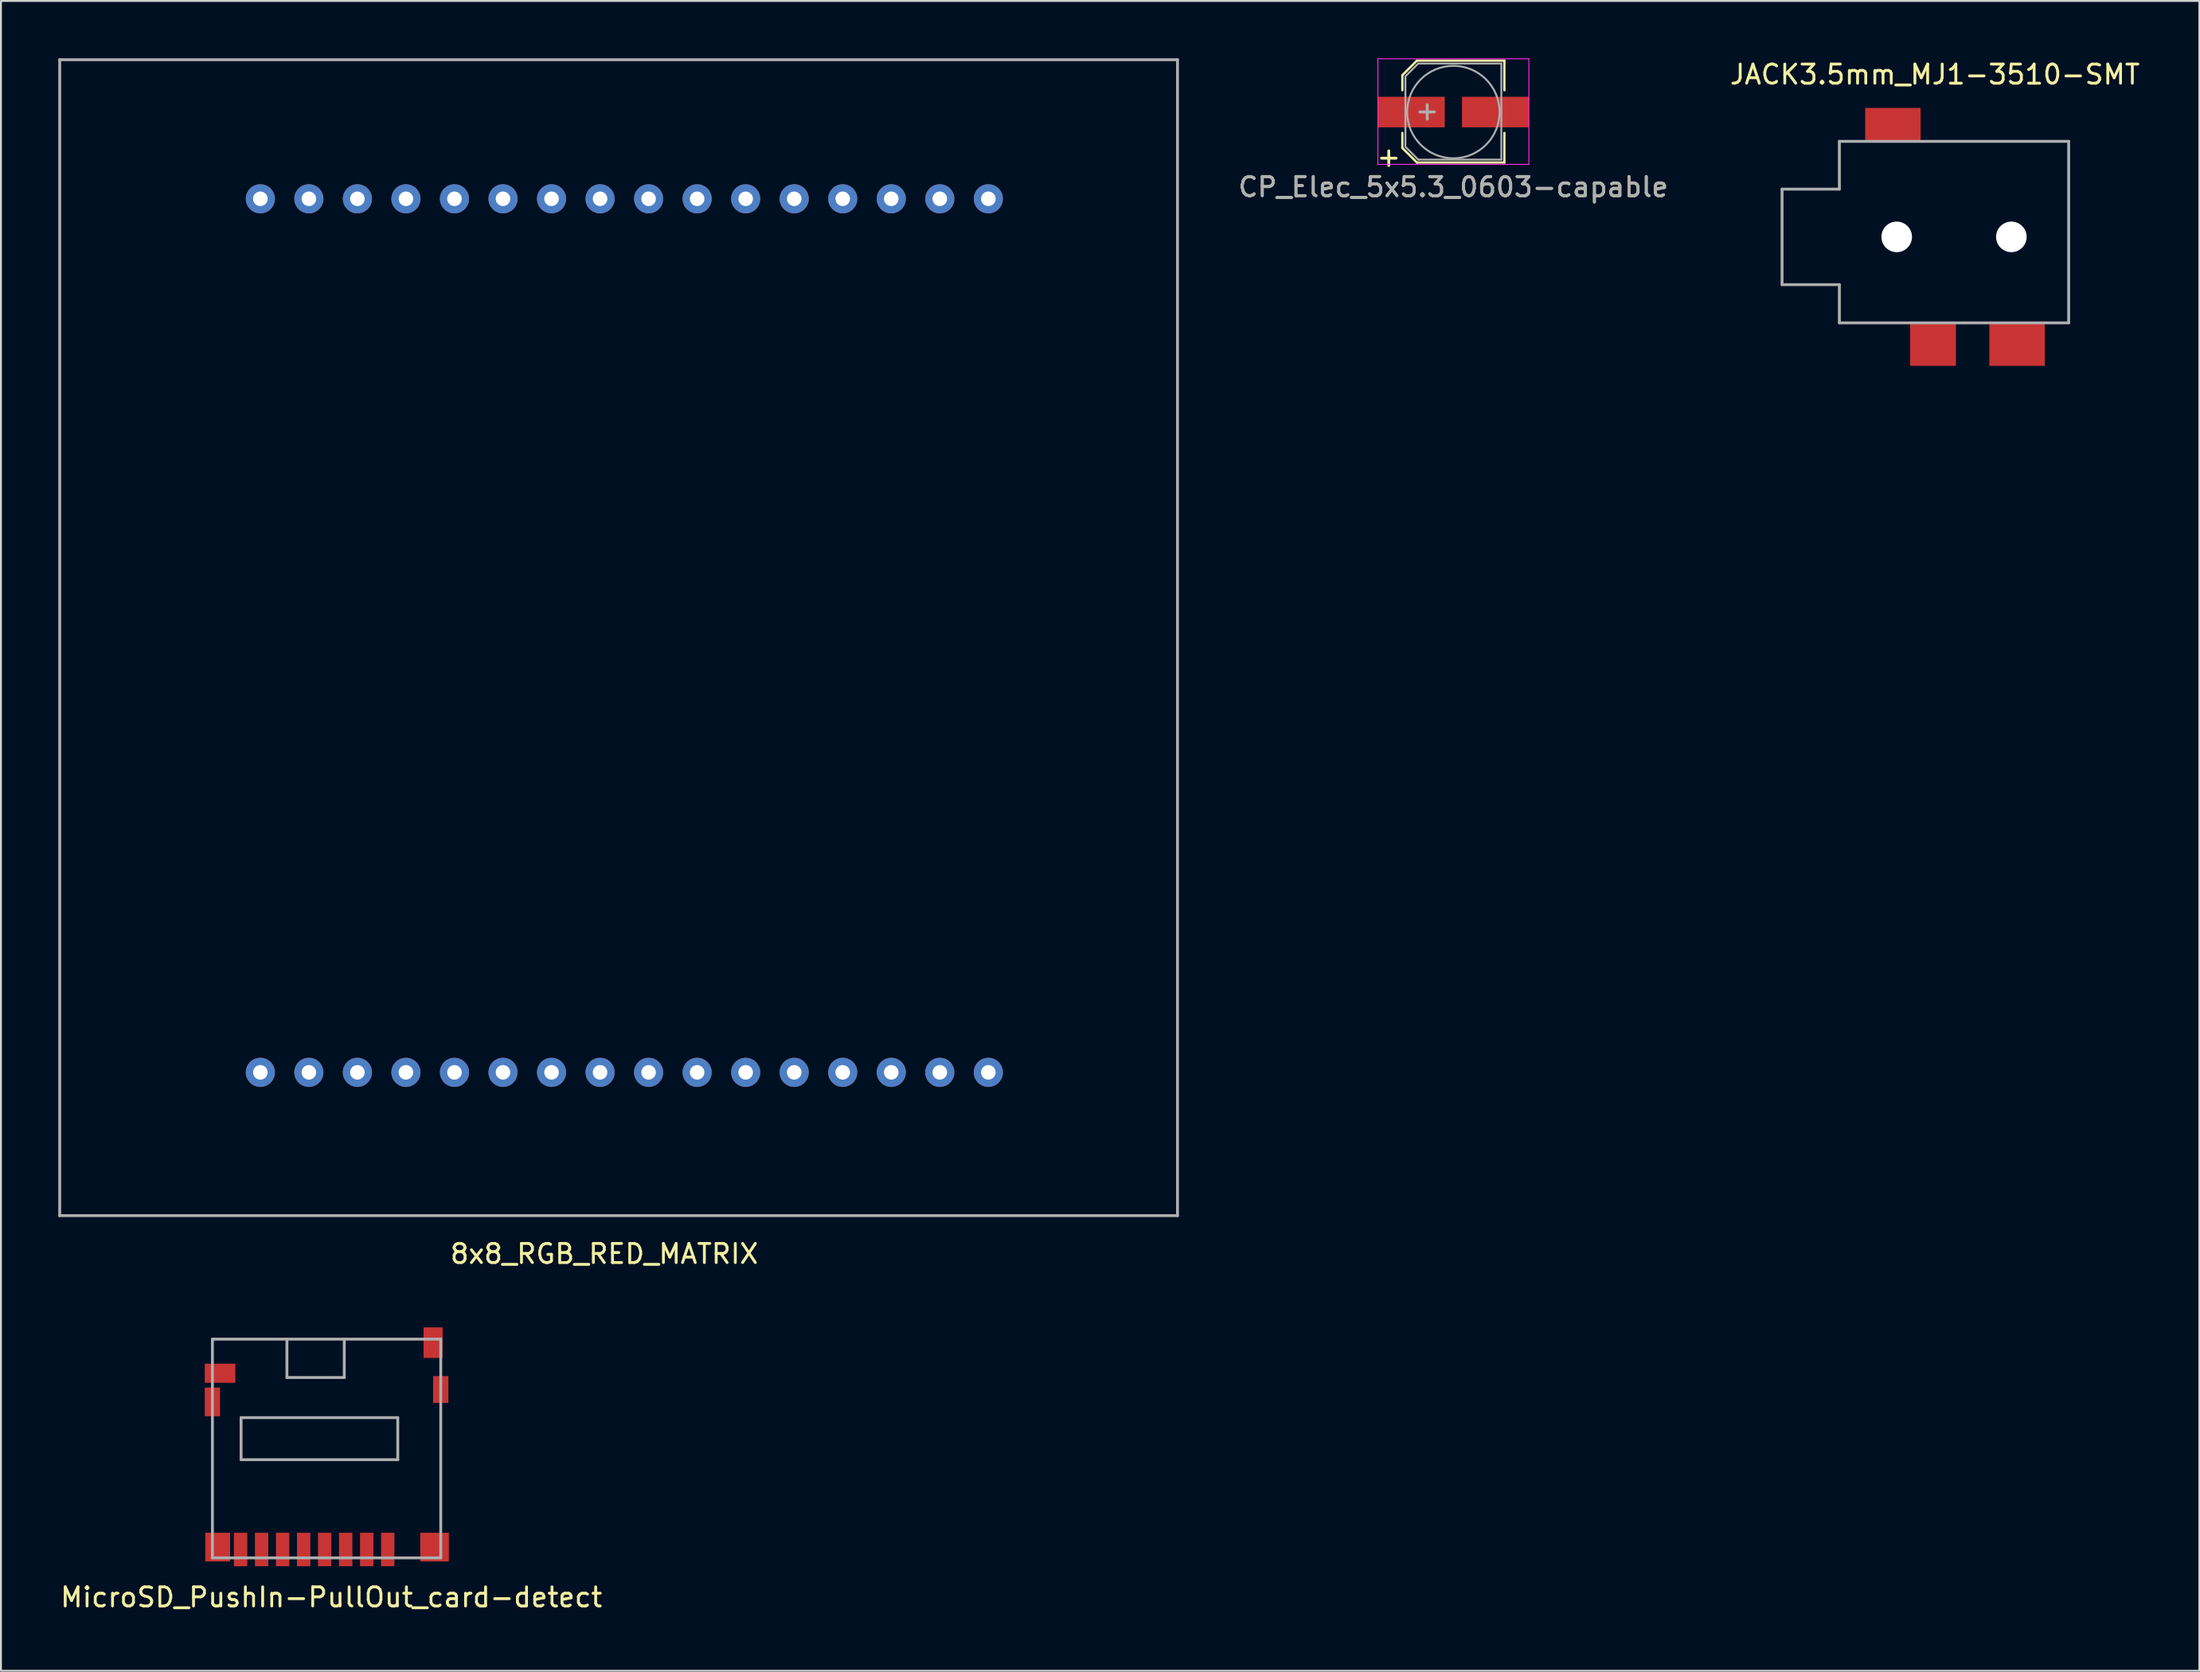
<source format=kicad_pcb>
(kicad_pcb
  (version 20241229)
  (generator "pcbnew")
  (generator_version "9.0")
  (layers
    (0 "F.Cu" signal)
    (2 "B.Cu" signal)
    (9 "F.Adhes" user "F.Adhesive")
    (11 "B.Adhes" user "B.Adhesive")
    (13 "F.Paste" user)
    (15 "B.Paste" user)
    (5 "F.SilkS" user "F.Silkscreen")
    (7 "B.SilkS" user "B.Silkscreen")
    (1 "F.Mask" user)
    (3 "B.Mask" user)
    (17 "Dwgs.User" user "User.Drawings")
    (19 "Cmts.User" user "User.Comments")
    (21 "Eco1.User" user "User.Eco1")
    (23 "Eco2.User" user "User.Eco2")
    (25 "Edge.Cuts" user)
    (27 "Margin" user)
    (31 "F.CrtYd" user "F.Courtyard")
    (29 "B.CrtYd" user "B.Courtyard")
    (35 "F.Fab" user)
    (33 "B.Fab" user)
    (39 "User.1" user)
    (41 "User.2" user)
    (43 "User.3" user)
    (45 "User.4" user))
  (footprint "8x8_RGB_RED_MATRIX"
    (layer "F.Cu")
    (at 10.575 53.075)
    (property "Reference" "8x8_RGB_RED_MATRIX" (at 18 9.5 0) (layer "F.SilkS") (effects (font (size 1 1) (thickness 0.15))))
    (attr through_hole)
    (fp_line (start -10.5 -53) (end -10.5 7.5) (stroke (width 0.15) (type solid)) (layer "F.Fab"))
    (fp_line (start -10.5 7.5) (end 48 7.5) (stroke (width 0.15) (type solid)) (layer "F.Fab"))
    (fp_line (start 48 -53) (end -10.5 -53) (stroke (width 0.15) (type solid)) (layer "F.Fab"))
    (fp_line (start 48 7.5) (end 48 -53) (stroke (width 0.15) (type solid)) (layer "F.Fab"))
    (pad "1" thru_hole circle (at 0 0) (size 1.524 1.524) (drill 0.762) (layers "*.Cu" "*.Mask"))
    (pad "2" thru_hole circle (at 2.54 0) (size 1.524 1.524) (drill 0.762) (layers "*.Cu" "*.Mask"))
    (pad "3" thru_hole circle (at 5.08 0) (size 1.524 1.524) (drill 0.762) (layers "*.Cu" "*.Mask"))
    (pad "4" thru_hole circle (at 7.62 0) (size 1.524 1.524) (drill 0.762) (layers "*.Cu" "*.Mask"))
    (pad "5" thru_hole circle (at 10.16 0) (size 1.524 1.524) (drill 0.762) (layers "*.Cu" "*.Mask"))
    (pad "6" thru_hole circle (at 12.7 0) (size 1.524 1.524) (drill 0.762) (layers "*.Cu" "*.Mask"))
    (pad "7" thru_hole circle (at 15.24 0) (size 1.524 1.524) (drill 0.762) (layers "*.Cu" "*.Mask"))
    (pad "8" thru_hole circle (at 17.78 0) (size 1.524 1.524) (drill 0.762) (layers "*.Cu" "*.Mask"))
    (pad "9" thru_hole circle (at 20.32 0) (size 1.524 1.524) (drill 0.762) (layers "*.Cu" "*.Mask"))
    (pad "10" thru_hole circle (at 22.86 0) (size 1.524 1.524) (drill 0.762) (layers "*.Cu" "*.Mask"))
    (pad "11" thru_hole circle (at 25.4 0) (size 1.524 1.524) (drill 0.762) (layers "*.Cu" "*.Mask"))
    (pad "12" thru_hole circle (at 27.94 0) (size 1.524 1.524) (drill 0.762) (layers "*.Cu" "*.Mask"))
    (pad "13" thru_hole circle (at 30.48 0) (size 1.524 1.524) (drill 0.762) (layers "*.Cu" "*.Mask"))
    (pad "14" thru_hole circle (at 33.02 0) (size 1.524 1.524) (drill 0.762) (layers "*.Cu" "*.Mask"))
    (pad "15" thru_hole circle (at 35.56 0) (size 1.524 1.524) (drill 0.762) (layers "*.Cu" "*.Mask"))
    (pad "16" thru_hole circle (at 38.1 0) (size 1.524 1.524) (drill 0.762) (layers "*.Cu" "*.Mask"))
    (pad "17" thru_hole circle (at 38.1 -45.72) (size 1.524 1.524) (drill 0.762) (layers "*.Cu" "*.Mask"))
    (pad "18" thru_hole circle (at 35.56 -45.72) (size 1.524 1.524) (drill 0.762) (layers "*.Cu" "*.Mask"))
    (pad "19" thru_hole circle (at 33.02 -45.72) (size 1.524 1.524) (drill 0.762) (layers "*.Cu" "*.Mask"))
    (pad "20" thru_hole circle (at 30.48 -45.72) (size 1.524 1.524) (drill 0.762) (layers "*.Cu" "*.Mask"))
    (pad "21" thru_hole circle (at 27.94 -45.72) (size 1.524 1.524) (drill 0.762) (layers "*.Cu" "*.Mask"))
    (pad "22" thru_hole circle (at 25.4 -45.72) (size 1.524 1.524) (drill 0.762) (layers "*.Cu" "*.Mask"))
    (pad "23" thru_hole circle (at 22.86 -45.72) (size 1.524 1.524) (drill 0.762) (layers "*.Cu" "*.Mask"))
    (pad "24" thru_hole circle (at 20.32 -45.72) (size 1.524 1.524) (drill 0.762) (layers "*.Cu" "*.Mask"))
    (pad "25" thru_hole circle (at 17.78 -45.72) (size 1.524 1.524) (drill 0.762) (layers "*.Cu" "*.Mask"))
    (pad "26" thru_hole circle (at 15.24 -45.72) (size 1.524 1.524) (drill 0.762) (layers "*.Cu" "*.Mask"))
    (pad "27" thru_hole circle (at 12.7 -45.72) (size 1.524 1.524) (drill 0.762) (layers "*.Cu" "*.Mask"))
    (pad "28" thru_hole circle (at 10.16 -45.72) (size 1.524 1.524) (drill 0.762) (layers "*.Cu" "*.Mask"))
    (pad "29" thru_hole circle (at 7.62 -45.72) (size 1.524 1.524) (drill 0.762) (layers "*.Cu" "*.Mask"))
    (pad "30" thru_hole circle (at 5.08 -45.72) (size 1.524 1.524) (drill 0.762) (layers "*.Cu" "*.Mask"))
    (pad "31" thru_hole circle (at 2.54 -45.72) (size 1.524 1.524) (drill 0.762) (layers "*.Cu" "*.Mask"))
    (pad "32" thru_hole circle (at 0 -45.72) (size 1.524 1.524) (drill 0.762) (layers "*.Cu" "*.Mask")))
  (footprint "JACK3.5mm_MJ1-3510-SMT"
    (layer "F.Cu")
    (at 98.215 9.348)
    (property "Reference" "JACK3.5mm_MJ1-3510-SMT" (at 0 -8.5 0) (layer "F.SilkS") (effects (font (size 1 1) (thickness 0.15))))
    (attr through_hole)
    (fp_line (start -8 -2.5) (end -8 2.5) (stroke (width 0.15) (type solid)) (layer "F.Fab"))
    (fp_line (start -8 2.5) (end -5 2.5) (stroke (width 0.15) (type solid)) (layer "F.Fab"))
    (fp_line (start -5 -5) (end -5 -2.5) (stroke (width 0.15) (type solid)) (layer "F.Fab"))
    (fp_line (start -5 -2.5) (end -8 -2.5) (stroke (width 0.15) (type solid)) (layer "F.Fab"))
    (fp_line (start -5 2.5) (end -5 4.5) (stroke (width 0.15) (type solid)) (layer "F.Fab"))
    (fp_line (start -5 4.5) (end 7 4.5) (stroke (width 0.15) (type solid)) (layer "F.Fab"))
    (fp_line (start 7 -5) (end -5 -5) (stroke (width 0.15) (type solid)) (layer "F.Fab"))
    (fp_line (start 7 4.5) (end 7 -5) (stroke (width 0.15) (type solid)) (layer "F.Fab"))
    (pad "" np_thru_hole circle (at -2 0) (size 1.6 1.6) (drill 1.6) (layers "*.Cu" "*.Mask"))
    (pad "" np_thru_hole circle (at 4 0) (size 1.6 1.6) (drill 1.6) (layers "*.Cu" "*.Mask"))
    (pad "1" smd rect (at -2.2 -5.875) (size 2.9 1.75) (layers "F.Cu" "F.Mask" "F.Paste"))
    (pad "2" smd rect (at 4.3 5.625) (size 2.9 2.25) (layers "F.Cu" "F.Mask" "F.Paste"))
    (pad "3" smd rect (at -0.1 5.625) (size 2.4 2.25) (layers "F.Cu" "F.Mask" "F.Paste")))
  (footprint "CP_Elec_5x5.3_0603-capable"
    (layer "F.Cu")
    (at 73.013 2.815)
    (property "Reference" "CP_Elec_5x5.3_0603-capable" (at 0 3.92 0) (layer "F.SilkS") (effects (font (size 1 1) (thickness 0.15))))
    (attr smd)
    (fp_line (start -2.67 -1.93) (end -2.67 -1.14) (stroke (width 0.12) (type solid)) (layer "F.SilkS"))
    (fp_line (start -2.67 1.88) (end -2.67 1.09) (stroke (width 0.12) (type solid)) (layer "F.SilkS"))
    (fp_line (start -2.67 1.88) (end -1.91 2.64) (stroke (width 0.12) (type solid)) (layer "F.SilkS"))
    (fp_line (start -1.91 -2.69) (end -2.67 -1.93) (stroke (width 0.12) (type solid)) (layer "F.SilkS"))
    (fp_line (start -1.91 2.64) (end 2.67 2.64) (stroke (width 0.12) (type solid)) (layer "F.SilkS"))
    (fp_line (start 2.67 -2.69) (end -1.91 -2.69) (stroke (width 0.12) (type solid)) (layer "F.SilkS"))
    (fp_line (start 2.67 -2.69) (end 2.67 -1.14) (stroke (width 0.12) (type solid)) (layer "F.SilkS"))
    (fp_line (start 2.67 2.64) (end 2.67 1.09) (stroke (width 0.12) (type solid)) (layer "F.SilkS"))
    (fp_line (start -3.95 -2.79) (end -3.95 2.74) (stroke (width 0.05) (type solid)) (layer "F.CrtYd"))
    (fp_line (start -3.95 -2.79) (end 3.95 -2.79) (stroke (width 0.05) (type solid)) (layer "F.CrtYd"))
    (fp_line (start 3.95 2.74) (end -3.95 2.74) (stroke (width 0.05) (type solid)) (layer "F.CrtYd"))
    (fp_line (start 3.95 2.74) (end 3.95 -2.79) (stroke (width 0.05) (type solid)) (layer "F.CrtYd"))
    (fp_line (start -2.51 -1.87) (end -2.51 1.82) (stroke (width 0.1) (type solid)) (layer "F.Fab"))
    (fp_line (start -2.51 1.82) (end -1.84 2.49) (stroke (width 0.1) (type solid)) (layer "F.Fab"))
    (fp_line (start -1.84 -2.54) (end -2.51 -1.87) (stroke (width 0.1) (type solid)) (layer "F.Fab"))
    (fp_line (start -1.84 2.49) (end 2.51 2.49) (stroke (width 0.1) (type solid)) (layer "F.Fab"))
    (fp_line (start 2.51 -2.54) (end -1.84 -2.54) (stroke (width 0.1) (type solid)) (layer "F.Fab"))
    (fp_line (start 2.51 2.49) (end 2.51 -2.54) (stroke (width 0.1) (type solid)) (layer "F.Fab"))
    (fp_circle (center 0 0) (end 0.3 2.4) (stroke (width 0.1) (type solid)) (fill no) (layer "F.Fab"))
    (fp_text user "+" (at -3.38 2.34 0) (layer "F.SilkS") (effects (font (size 1 1) (thickness 0.15))))
    (fp_text user "+" (at -1.37 -0.08 0) (layer "F.Fab") (effects (font (size 1 1) (thickness 0.15))))
    (fp_text user "${REFERENCE}" (at 0 3.92 0) (layer "F.Fab") (effects (font (size 1 1) (thickness 0.15))))
    (pad "1" smd rect (at -2.2 0 180) (size 3.5 1.6) (layers "F.Cu" "F.Mask" "F.Paste"))
    (pad "2" smd rect (at 2.2 0 180) (size 3.5 1.6) (layers "F.Cu" "F.Mask" "F.Paste")))
  (footprint "MicroSD_PushIn-PullOut_card-detect"
    (layer "F.Cu")
    (at 14.167 72.948)
    (property "Reference" "MicroSD_PushIn-PullOut_card-detect" (at 0.125 7.6 0) (layer "F.SilkS") (effects (font (size 1 1) (thickness 0.15))))
    (attr through_hole)
    (fp_line (start -6.1 -5.91) (end -6.1 5.54) (stroke (width 0.15) (type solid)) (layer "F.Fab"))
    (fp_line (start -6.1 5.54) (end 5.85 5.54) (stroke (width 0.15) (type solid)) (layer "F.Fab"))
    (fp_line (start -4.6 -1.8) (end -4.6 0.4) (stroke (width 0.15) (type solid)) (layer "F.Fab"))
    (fp_line (start -4.6 0.4) (end 3.6 0.4) (stroke (width 0.15) (type solid)) (layer "F.Fab"))
    (fp_line (start -2.2 -5.9) (end -2.2 -3.9) (stroke (width 0.15) (type solid)) (layer "F.Fab"))
    (fp_line (start -2.2 -3.9) (end 0.8 -3.9) (stroke (width 0.15) (type solid)) (layer "F.Fab"))
    (fp_line (start 0.8 -3.9) (end 0.8 -5.9) (stroke (width 0.15) (type solid)) (layer "F.Fab"))
    (fp_line (start 3.6 -1.8) (end -4.6 -1.8) (stroke (width 0.15) (type solid)) (layer "F.Fab"))
    (fp_line (start 3.6 0.4) (end 3.6 -1.8) (stroke (width 0.15) (type solid)) (layer "F.Fab"))
    (fp_line (start 5.85 -5.91) (end -6.1 -5.91) (stroke (width 0.15) (type solid)) (layer "F.Fab"))
    (fp_line (start 5.85 5.54) (end 5.85 -5.91) (stroke (width 0.15) (type solid)) (layer "F.Fab"))
    (pad "1" smd rect (at 3.075 5.1) (size 0.7 1.75) (layers "F.Cu" "F.Mask" "F.Paste"))
    (pad "2" smd rect (at 1.975 5.1) (size 0.7 1.75) (layers "F.Cu" "F.Mask" "F.Paste"))
    (pad "3" smd rect (at 0.875 5.1) (size 0.7 1.75) (layers "F.Cu" "F.Mask" "F.Paste"))
    (pad "4" smd rect (at -0.225 5.1) (size 0.7 1.75) (layers "F.Cu" "F.Mask" "F.Paste"))
    (pad "5" smd rect (at -1.325 5.1) (size 0.7 1.75) (layers "F.Cu" "F.Mask" "F.Paste"))
    (pad "6" smd rect (at -2.425 5.1) (size 0.7 1.75) (layers "F.Cu" "F.Mask" "F.Paste"))
    (pad "7" smd rect (at -3.525 5.1) (size 0.7 1.75) (layers "F.Cu" "F.Mask" "F.Paste"))
    (pad "8" smd rect (at -4.625 5.1) (size 0.7 1.75) (layers "F.Cu" "F.Mask" "F.Paste"))
    (pad "9" smd rect (at 5.45 -5.725) (size 1 1.6) (layers "F.Cu" "F.Mask" "F.Paste"))
    (pad "10" smd rect (at -5.7 -4.125) (size 1.6 1) (layers "F.Cu" "F.Mask" "F.Paste"))
    (pad "11" smd rect (at -6.1 -2.625) (size 0.8 1.5) (layers "F.Cu" "F.Mask" "F.Paste"))
    (pad "11" smd rect (at -5.825 4.975) (size 1.3 1.5) (layers "F.Cu" "F.Mask" "F.Paste"))
    (pad "11" smd rect (at 5.525 4.975) (size 1.5 1.5) (layers "F.Cu" "F.Mask" "F.Paste"))
    (pad "11" smd rect (at 5.85 -3.275) (size 0.8 1.4) (layers "F.Cu" "F.Mask" "F.Paste")))
  (gr_rect
    (start -3 -3)
    (end 112.055 84.397)
    (stroke (width 0.1) (type default))
    (fill no)
    (layer "Edge.Cuts")))
</source>
